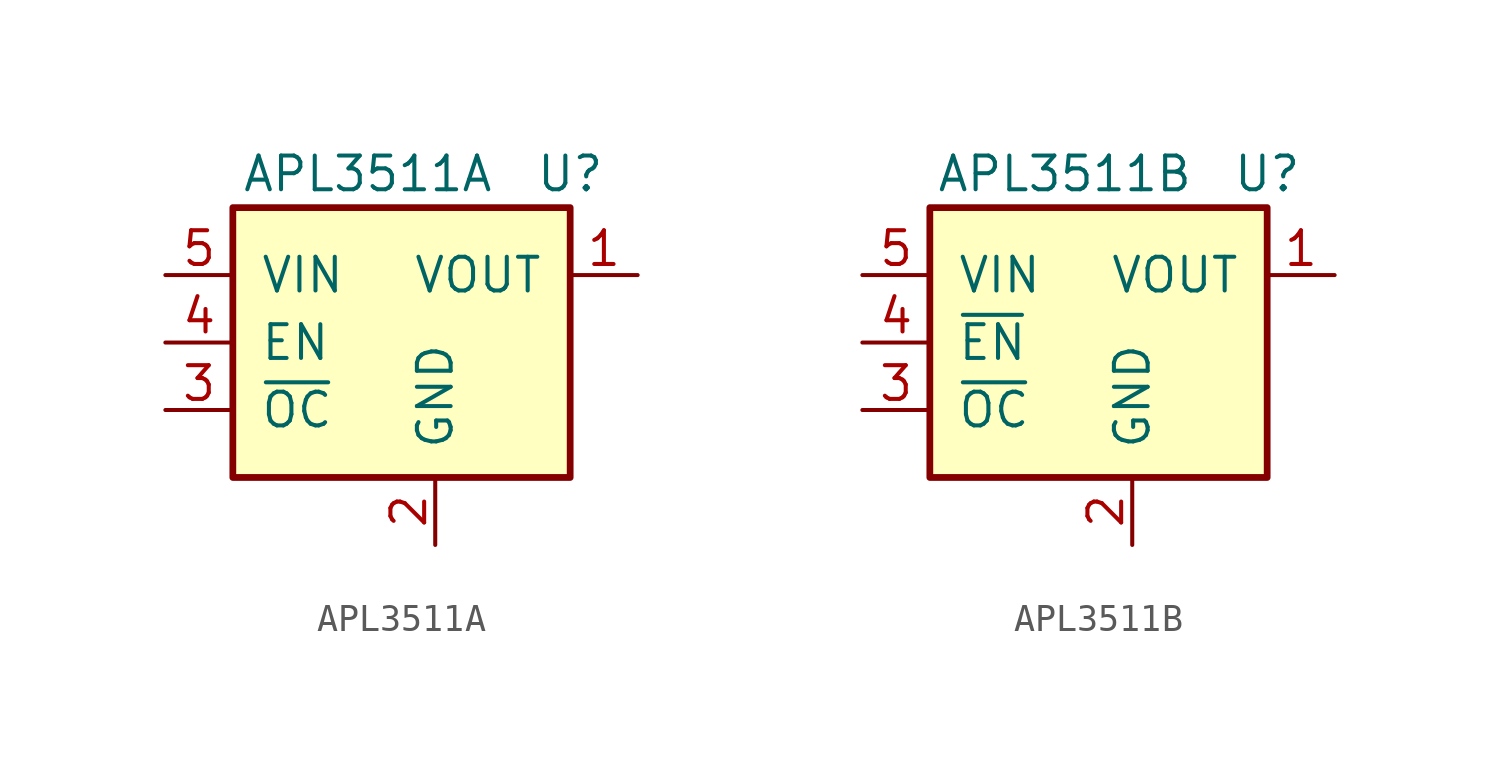
<source format=kicad_sym>
(kicad_symbol_lib
  (version 20201005)
  (generator kicad_symbol_editor)
  (symbol "Power_Management:APL3511A"
    (pin_names
      (offset 1.016))
    (property "Reference" "U"
      (at 7.62 6.35 0)
      (effects (font (size 1.27 1.27))))
    (property "Value" "APL3511A"
      (at 0 6.35 0)
      (effects (font (size 1.27 1.27))))
    (symbol "APL3511A_0_1"
      (rectangle (start -5.08 5.08) (end 7.62 -5.08) (stroke (width 0.254)) (fill (type background))))
    (symbol "APL3511A_1_1"
      (pin power_out line (at 10.16 2.54 180) (length 2.54) (name "VOUT" (effects (font (size 1.27 1.27)))) (number "1" (effects (font (size 1.27 1.27)))))
      (pin power_in line (at 2.54 -7.62 90) (length 2.54) (name "GND" (effects (font (size 1.27 1.27)))) (number "2" (effects (font (size 1.27 1.27)))))
      (pin output line (at -7.62 -2.54 0) (length 2.54) (name "~OC" (effects (font (size 1.27 1.27)))) (number "3" (effects (font (size 1.27 1.27)))))
      (pin input line (at -7.62 0 0) (length 2.54) (name "EN" (effects (font (size 1.27 1.27)))) (number "4" (effects (font (size 1.27 1.27)))))
      (pin power_in line (at -7.62 2.54 0) (length 2.54) (name "VIN" (effects (font (size 1.27 1.27)))) (number "5" (effects (font (size 1.27 1.27)))))))
  (symbol "Power_Management:APL3511B"
    (pin_names
      (offset 1.016))
    (property "Reference" "U"
      (at 5.08 6.35 0)
      (effects (font (size 1.27 1.27))))
    (property "Value" "APL3511B"
      (at -2.54 6.35 0)
      (effects (font (size 1.27 1.27))))
    (symbol "APL3511B_0_1"
      (rectangle (start -7.62 5.08) (end 5.08 -5.08) (stroke (width 0.254)) (fill (type background))))
    (symbol "APL3511B_1_1"
      (pin power_out line (at 7.62 2.54 180) (length 2.54) (name "VOUT" (effects (font (size 1.27 1.27)))) (number "1" (effects (font (size 1.27 1.27)))))
      (pin power_in line (at 0 -7.62 90) (length 2.54) (name "GND" (effects (font (size 1.27 1.27)))) (number "2" (effects (font (size 1.27 1.27)))))
      (pin output line (at -10.16 -2.54 0) (length 2.54) (name "~OC" (effects (font (size 1.27 1.27)))) (number "3" (effects (font (size 1.27 1.27)))))
      (pin input line (at -10.16 0 0) (length 2.54) (name "~EN" (effects (font (size 1.27 1.27)))) (number "4" (effects (font (size 1.27 1.27)))))
      (pin power_in line (at -10.16 2.54 0) (length 2.54) (name "VIN" (effects (font (size 1.27 1.27)))) (number "5" (effects (font (size 1.27 1.27))))))))
</source>
